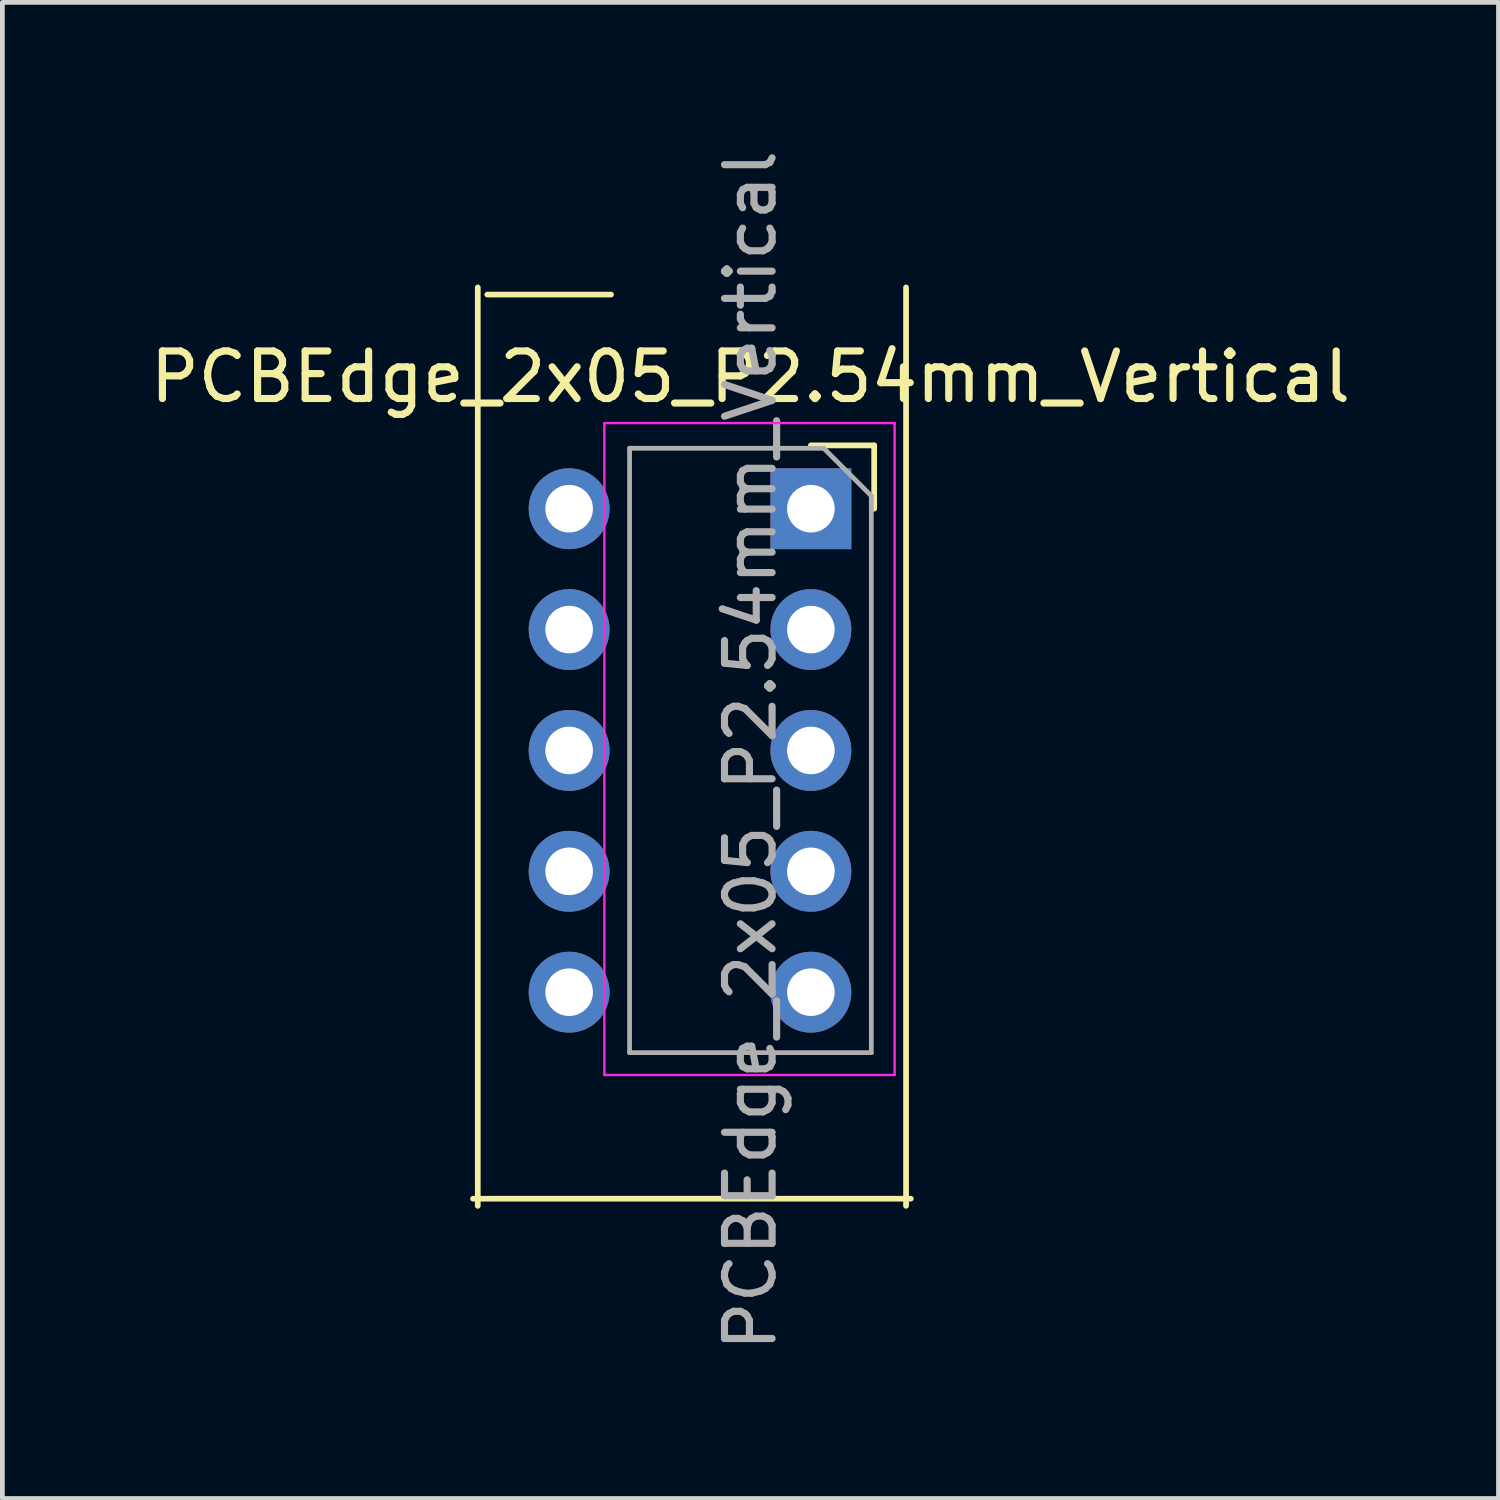
<source format=kicad_pcb>
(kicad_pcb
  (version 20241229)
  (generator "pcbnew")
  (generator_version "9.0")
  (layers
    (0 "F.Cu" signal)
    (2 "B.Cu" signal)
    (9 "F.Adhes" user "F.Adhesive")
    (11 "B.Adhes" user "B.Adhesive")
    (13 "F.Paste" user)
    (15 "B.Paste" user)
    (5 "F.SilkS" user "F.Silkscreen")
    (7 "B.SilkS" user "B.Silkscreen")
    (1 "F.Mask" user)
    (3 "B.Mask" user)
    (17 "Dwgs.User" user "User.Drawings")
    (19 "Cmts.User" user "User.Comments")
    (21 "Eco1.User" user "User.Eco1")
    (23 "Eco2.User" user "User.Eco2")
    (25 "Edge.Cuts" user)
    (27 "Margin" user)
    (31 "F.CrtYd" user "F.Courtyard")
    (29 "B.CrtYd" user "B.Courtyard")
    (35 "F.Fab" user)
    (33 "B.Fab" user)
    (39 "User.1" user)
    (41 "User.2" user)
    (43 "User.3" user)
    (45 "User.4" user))
  (footprint "PCBEdge_2x05_P2.54mm_Vertical"
    (layer "F.Cu")
    (at 13.99 7.64)
    (property "Reference" "PCBEdge_2x05_P2.54mm_Vertical" (at -1.27 -2.77 0) (layer "F.SilkS") (effects (font (size 1 1) (thickness 0.15))))
    (attr through_hole)
    (fp_line (start -7.1 14.5) (end 2.1 14.5) (stroke (width 0.12) (type solid)) (layer "F.SilkS"))
    (fp_line (start -7 -4.65) (end -7 14.65) (stroke (width 0.12) (type solid)) (layer "F.SilkS"))
    (fp_line (start -6.8 -4.5) (end -4.2 -4.5) (stroke (width 0.12) (type solid)) (layer "F.SilkS"))
    (fp_line (start 0 -1.33) (end 1.33 -1.33) (stroke (width 0.12) (type solid)) (layer "F.SilkS"))
    (fp_line (start 1.33 -1.33) (end 1.33 0) (stroke (width 0.12) (type solid)) (layer "F.SilkS"))
    (fp_line (start 2 -4.65) (end 2 14.65) (stroke (width 0.12) (type solid)) (layer "F.SilkS"))
    (fp_line (start -4.34 -1.8) (end 1.76 -1.8) (stroke (width 0.05) (type solid)) (layer "F.CrtYd"))
    (fp_line (start -4.34 11.9) (end -4.34 -1.8) (stroke (width 0.05) (type solid)) (layer "F.CrtYd"))
    (fp_line (start 1.76 -1.8) (end 1.76 11.9) (stroke (width 0.05) (type solid)) (layer "F.CrtYd"))
    (fp_line (start 1.76 11.9) (end -4.34 11.9) (stroke (width 0.05) (type solid)) (layer "F.CrtYd"))
    (fp_line (start -3.81 -1.27) (end 0.27 -1.27) (stroke (width 0.1) (type solid)) (layer "F.Fab"))
    (fp_line (start -3.81 11.43) (end -3.81 -1.27) (stroke (width 0.1) (type solid)) (layer "F.Fab"))
    (fp_line (start 0.27 -1.27) (end 1.27 -0.27) (stroke (width 0.1) (type solid)) (layer "F.Fab"))
    (fp_line (start 1.27 -0.27) (end 1.27 11.43) (stroke (width 0.1) (type solid)) (layer "F.Fab"))
    (fp_line (start 1.27 11.43) (end -3.81 11.43) (stroke (width 0.1) (type solid)) (layer "F.Fab"))
    (fp_text user "${REFERENCE}" (at -1.27 5.08 90) (layer "F.Fab") (effects (font (size 1 1) (thickness 0.15))))
    (pad "1" thru_hole rect (at 0 0) (size 1.7 1.7) (drill 1) (layers "*.Cu" "*.Mask"))
    (pad "2" thru_hole circle (at -5.08 0) (size 1.7 1.7) (drill 1) (layers "*.Cu" "*.Mask"))
    (pad "3" thru_hole circle (at 0 2.54) (size 1.7 1.7) (drill 1) (layers "*.Cu" "*.Mask"))
    (pad "4" thru_hole circle (at -5.08 2.54) (size 1.7 1.7) (drill 1) (layers "*.Cu" "*.Mask"))
    (pad "5" thru_hole circle (at 0 5.08) (size 1.7 1.7) (drill 1) (layers "*.Cu" "*.Mask"))
    (pad "6" thru_hole circle (at -5.08 5.08) (size 1.7 1.7) (drill 1) (layers "*.Cu" "*.Mask"))
    (pad "7" thru_hole circle (at 0 7.62) (size 1.7 1.7) (drill 1) (layers "*.Cu" "*.Mask"))
    (pad "8" thru_hole circle (at -5.08 7.62) (size 1.7 1.7) (drill 1) (layers "*.Cu" "*.Mask"))
    (pad "9" thru_hole circle (at 0 10.16) (size 1.7 1.7) (drill 1) (layers "*.Cu" "*.Mask"))
    (pad "10" thru_hole circle (at -5.08 10.16) (size 1.7 1.7) (drill 1) (layers "*.Cu" "*.Mask")))
  (gr_rect
    (start -3 -3)
    (end 28.44 28.44)
    (stroke (width 0.1) (type default))
    (fill no)
    (layer "Edge.Cuts")))
</source>
